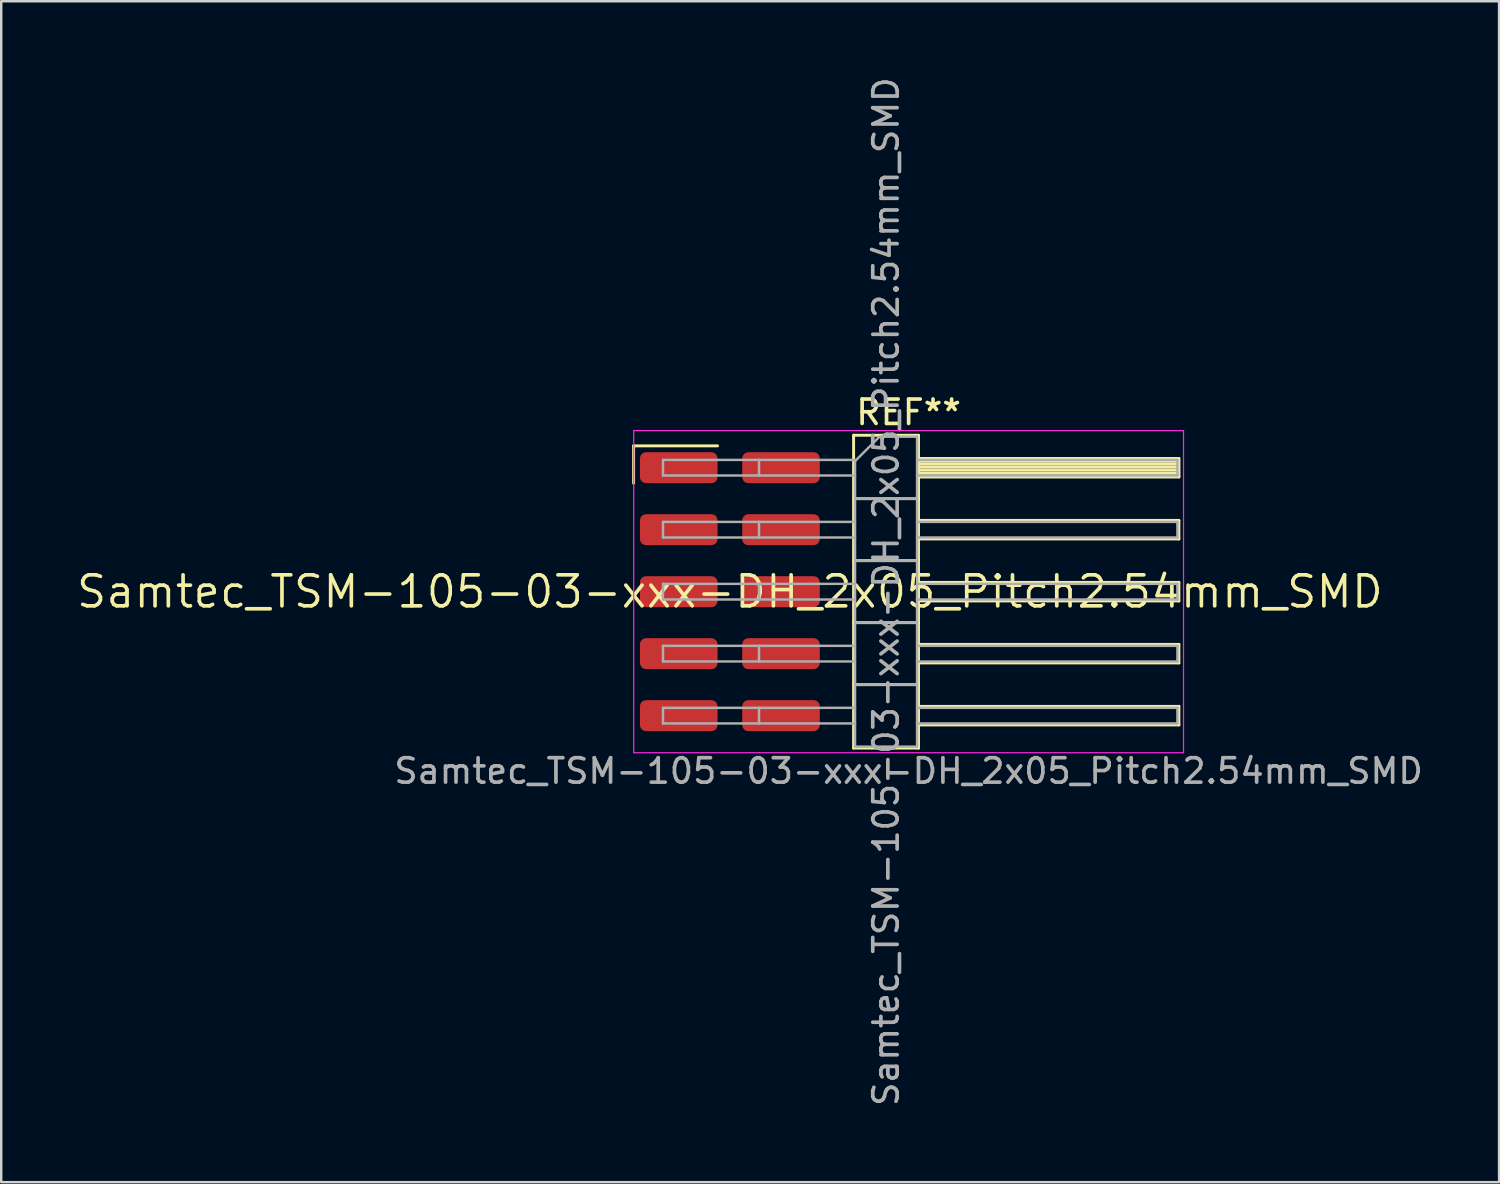
<source format=kicad_pcb>
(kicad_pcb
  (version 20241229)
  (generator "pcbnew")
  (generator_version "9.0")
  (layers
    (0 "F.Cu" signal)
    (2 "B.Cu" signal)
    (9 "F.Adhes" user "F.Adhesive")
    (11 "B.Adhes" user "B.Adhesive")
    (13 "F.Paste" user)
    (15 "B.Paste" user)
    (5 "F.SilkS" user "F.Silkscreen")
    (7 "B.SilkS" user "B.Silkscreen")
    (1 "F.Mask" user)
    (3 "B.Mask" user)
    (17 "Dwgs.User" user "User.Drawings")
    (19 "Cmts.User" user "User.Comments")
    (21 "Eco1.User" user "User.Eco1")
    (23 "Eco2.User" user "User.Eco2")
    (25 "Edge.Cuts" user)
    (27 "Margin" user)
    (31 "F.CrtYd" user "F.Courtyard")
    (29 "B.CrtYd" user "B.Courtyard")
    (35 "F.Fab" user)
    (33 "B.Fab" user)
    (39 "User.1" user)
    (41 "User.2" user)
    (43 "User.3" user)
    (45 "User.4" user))
  (footprint "Samtec_TSM-105-03-xxx-DH_2x05_Pitch2.54mm_SMD"
    (layer "F.Cu")
    (at 26.859 21.196)
    (property "Reference" "Samtec_TSM-105-03-xxx-DH_2x05_Pitch2.54mm_SMD" (at 0 0 0) (layer "F.SilkS") (effects (font (size 1.27 1.27) (thickness 0.15))))
    (attr smd)
    (fp_line (start -3.945 -5.975) (end -0.505 -5.975) (stroke (width 0.12) (type solid)) (layer "F.SilkS"))
    (fp_line (start -3.945 -4.445) (end -3.945 -5.975) (stroke (width 0.12) (type solid)) (layer "F.SilkS"))
    (fp_line (start 5.07 -6.41) (end 7.73 -6.41) (stroke (width 0.12) (type solid)) (layer "F.SilkS"))
    (fp_line (start 5.07 -3.81) (end 7.73 -3.81) (stroke (width 0.12) (type solid)) (layer "F.SilkS"))
    (fp_line (start 5.07 -1.27) (end 7.73 -1.27) (stroke (width 0.12) (type solid)) (layer "F.SilkS"))
    (fp_line (start 5.07 1.27) (end 7.73 1.27) (stroke (width 0.12) (type solid)) (layer "F.SilkS"))
    (fp_line (start 5.07 3.81) (end 7.73 3.81) (stroke (width 0.12) (type solid)) (layer "F.SilkS"))
    (fp_line (start 5.07 6.41) (end 5.07 -6.41) (stroke (width 0.12) (type solid)) (layer "F.SilkS"))
    (fp_line (start 7.73 -6.41) (end 7.73 6.41) (stroke (width 0.12) (type solid)) (layer "F.SilkS"))
    (fp_line (start 7.73 -5.46) (end 18.4 -5.46) (stroke (width 0.12) (type solid)) (layer "F.SilkS"))
    (fp_line (start 7.73 -5.34) (end 18.4 -5.34) (stroke (width 0.12) (type solid)) (layer "F.SilkS"))
    (fp_line (start 7.73 -5.22) (end 18.4 -5.22) (stroke (width 0.12) (type solid)) (layer "F.SilkS"))
    (fp_line (start 7.73 -5.1) (end 18.4 -5.1) (stroke (width 0.12) (type solid)) (layer "F.SilkS"))
    (fp_line (start 7.73 -4.98) (end 18.4 -4.98) (stroke (width 0.12) (type solid)) (layer "F.SilkS"))
    (fp_line (start 7.73 -4.86) (end 18.4 -4.86) (stroke (width 0.12) (type solid)) (layer "F.SilkS"))
    (fp_line (start 7.73 -4.74) (end 18.4 -4.74) (stroke (width 0.12) (type solid)) (layer "F.SilkS"))
    (fp_line (start 7.73 -4.7) (end 18.4 -4.7) (stroke (width 0.12) (type solid)) (layer "F.SilkS"))
    (fp_line (start 7.73 -2.92) (end 18.4 -2.92) (stroke (width 0.12) (type solid)) (layer "F.SilkS"))
    (fp_line (start 7.73 -2.16) (end 18.4 -2.16) (stroke (width 0.12) (type solid)) (layer "F.SilkS"))
    (fp_line (start 7.73 -0.38) (end 18.4 -0.38) (stroke (width 0.12) (type solid)) (layer "F.SilkS"))
    (fp_line (start 7.73 0.38) (end 18.4 0.38) (stroke (width 0.12) (type solid)) (layer "F.SilkS"))
    (fp_line (start 7.73 2.16) (end 18.4 2.16) (stroke (width 0.12) (type solid)) (layer "F.SilkS"))
    (fp_line (start 7.73 2.92) (end 18.4 2.92) (stroke (width 0.12) (type solid)) (layer "F.SilkS"))
    (fp_line (start 7.73 4.7) (end 18.4 4.7) (stroke (width 0.12) (type solid)) (layer "F.SilkS"))
    (fp_line (start 7.73 5.46) (end 18.4 5.46) (stroke (width 0.12) (type solid)) (layer "F.SilkS"))
    (fp_line (start 7.73 6.41) (end 5.07 6.41) (stroke (width 0.12) (type solid)) (layer "F.SilkS"))
    (fp_line (start 18.4 -5.46) (end 18.4 -4.7) (stroke (width 0.12) (type solid)) (layer "F.SilkS"))
    (fp_line (start 18.4 -2.92) (end 18.4 -2.16) (stroke (width 0.12) (type solid)) (layer "F.SilkS"))
    (fp_line (start 18.4 -0.38) (end 18.4 0.38) (stroke (width 0.12) (type solid)) (layer "F.SilkS"))
    (fp_line (start 18.4 2.16) (end 18.4 2.92) (stroke (width 0.12) (type solid)) (layer "F.SilkS"))
    (fp_line (start 18.4 4.7) (end 18.4 5.46) (stroke (width 0.12) (type solid)) (layer "F.SilkS"))
    (fp_line (start -3.94 -6.6) (end 18.59 -6.6) (stroke (width 0.05) (type solid)) (layer "F.CrtYd"))
    (fp_line (start -3.94 6.6) (end -3.94 -6.6) (stroke (width 0.05) (type solid)) (layer "F.CrtYd"))
    (fp_line (start 18.59 -6.6) (end 18.59 6.6) (stroke (width 0.05) (type solid)) (layer "F.CrtYd"))
    (fp_line (start 18.59 6.6) (end -3.94 6.6) (stroke (width 0.05) (type solid)) (layer "F.CrtYd"))
    (fp_line (start -2.74 -5.4) (end -2.74 -4.76) (stroke (width 0.1) (type solid)) (layer "F.Fab"))
    (fp_line (start -2.74 -5.4) (end 5.13 -5.4) (stroke (width 0.1) (type solid)) (layer "F.Fab"))
    (fp_line (start -2.74 -4.76) (end 5.13 -4.76) (stroke (width 0.1) (type solid)) (layer "F.Fab"))
    (fp_line (start -2.74 -2.86) (end -2.74 -2.22) (stroke (width 0.1) (type solid)) (layer "F.Fab"))
    (fp_line (start -2.74 -2.86) (end 5.13 -2.86) (stroke (width 0.1) (type solid)) (layer "F.Fab"))
    (fp_line (start -2.74 -2.22) (end 5.13 -2.22) (stroke (width 0.1) (type solid)) (layer "F.Fab"))
    (fp_line (start -2.74 -0.32) (end -2.74 0.32) (stroke (width 0.1) (type solid)) (layer "F.Fab"))
    (fp_line (start -2.74 -0.32) (end 5.13 -0.32) (stroke (width 0.1) (type solid)) (layer "F.Fab"))
    (fp_line (start -2.74 0.32) (end 5.13 0.32) (stroke (width 0.1) (type solid)) (layer "F.Fab"))
    (fp_line (start -2.74 2.22) (end -2.74 2.86) (stroke (width 0.1) (type solid)) (layer "F.Fab"))
    (fp_line (start -2.74 2.22) (end 5.13 2.22) (stroke (width 0.1) (type solid)) (layer "F.Fab"))
    (fp_line (start -2.74 2.86) (end 5.13 2.86) (stroke (width 0.1) (type solid)) (layer "F.Fab"))
    (fp_line (start -2.74 4.76) (end -2.74 5.4) (stroke (width 0.1) (type solid)) (layer "F.Fab"))
    (fp_line (start -2.74 4.76) (end 5.13 4.76) (stroke (width 0.1) (type solid)) (layer "F.Fab"))
    (fp_line (start -2.74 5.4) (end 5.13 5.4) (stroke (width 0.1) (type solid)) (layer "F.Fab"))
    (fp_line (start 1.195 -5.4) (end 1.195 -4.76) (stroke (width 0.1) (type solid)) (layer "F.Fab"))
    (fp_line (start 1.195 -2.86) (end 1.195 -2.22) (stroke (width 0.1) (type solid)) (layer "F.Fab"))
    (fp_line (start 1.195 -0.32) (end 1.195 0.32) (stroke (width 0.1) (type solid)) (layer "F.Fab"))
    (fp_line (start 1.195 2.22) (end 1.195 2.86) (stroke (width 0.1) (type solid)) (layer "F.Fab"))
    (fp_line (start 1.195 4.76) (end 1.195 5.4) (stroke (width 0.1) (type solid)) (layer "F.Fab"))
    (fp_line (start 5.13 -5.35) (end 6.13 -6.35) (stroke (width 0.1) (type solid)) (layer "F.Fab"))
    (fp_line (start 5.13 -3.81) (end 7.67 -3.81) (stroke (width 0.1) (type solid)) (layer "F.Fab"))
    (fp_line (start 5.13 -1.27) (end 7.67 -1.27) (stroke (width 0.1) (type solid)) (layer "F.Fab"))
    (fp_line (start 5.13 1.27) (end 7.67 1.27) (stroke (width 0.1) (type solid)) (layer "F.Fab"))
    (fp_line (start 5.13 3.81) (end 7.67 3.81) (stroke (width 0.1) (type solid)) (layer "F.Fab"))
    (fp_line (start 5.13 6.35) (end 5.13 -5.35) (stroke (width 0.1) (type solid)) (layer "F.Fab"))
    (fp_line (start 6.13 -6.35) (end 7.67 -6.35) (stroke (width 0.1) (type solid)) (layer "F.Fab"))
    (fp_line (start 7.67 -6.35) (end 7.67 6.35) (stroke (width 0.1) (type solid)) (layer "F.Fab"))
    (fp_line (start 7.67 -5.4) (end 18.34 -5.4) (stroke (width 0.1) (type solid)) (layer "F.Fab"))
    (fp_line (start 7.67 -4.76) (end 18.34 -4.76) (stroke (width 0.1) (type solid)) (layer "F.Fab"))
    (fp_line (start 7.67 -2.86) (end 18.34 -2.86) (stroke (width 0.1) (type solid)) (layer "F.Fab"))
    (fp_line (start 7.67 -2.22) (end 18.34 -2.22) (stroke (width 0.1) (type solid)) (layer "F.Fab"))
    (fp_line (start 7.67 -0.32) (end 18.34 -0.32) (stroke (width 0.1) (type solid)) (layer "F.Fab"))
    (fp_line (start 7.67 0.32) (end 18.34 0.32) (stroke (width 0.1) (type solid)) (layer "F.Fab"))
    (fp_line (start 7.67 2.22) (end 18.34 2.22) (stroke (width 0.1) (type solid)) (layer "F.Fab"))
    (fp_line (start 7.67 2.86) (end 18.34 2.86) (stroke (width 0.1) (type solid)) (layer "F.Fab"))
    (fp_line (start 7.67 4.76) (end 18.34 4.76) (stroke (width 0.1) (type solid)) (layer "F.Fab"))
    (fp_line (start 7.67 5.4) (end 18.34 5.4) (stroke (width 0.1) (type solid)) (layer "F.Fab"))
    (fp_line (start 7.67 6.35) (end 5.13 6.35) (stroke (width 0.1) (type solid)) (layer "F.Fab"))
    (fp_line (start 18.34 -5.4) (end 18.34 -4.76) (stroke (width 0.1) (type solid)) (layer "F.Fab"))
    (fp_line (start 18.34 -2.86) (end 18.34 -2.22) (stroke (width 0.1) (type solid)) (layer "F.Fab"))
    (fp_line (start 18.34 -0.32) (end 18.34 0.32) (stroke (width 0.1) (type solid)) (layer "F.Fab"))
    (fp_line (start 18.34 2.22) (end 18.34 2.86) (stroke (width 0.1) (type solid)) (layer "F.Fab"))
    (fp_line (start 18.34 4.76) (end 18.34 5.4) (stroke (width 0.1) (type solid)) (layer "F.Fab"))
    (fp_text user "REF**" (at 7.325 -7.35 0) (layer "F.SilkS") (effects (font (size 1 1) (thickness 0.15))))
    (fp_text user "Samtec_TSM-105-03-xxx-DH_2x05_Pitch2.54mm_SMD" (at 7.325 7.35 0) (layer "F.Fab") (effects (font (size 1 1) (thickness 0.15))))
    (fp_text user "${REFERENCE}" (at 6.4 0 90) (layer "F.Fab") (effects (font (size 1 1) (thickness 0.15))))
    (pad "1" smd roundrect (at -2.095 -5.08) (size 3.18 1.27) (layers "F.Cu" "F.Mask" "F.Paste") (roundrect_rratio 0.197))
    (pad "2" smd roundrect (at 2.095 -5.08) (size 3.18 1.27) (layers "F.Cu" "F.Mask" "F.Paste") (roundrect_rratio 0.197))
    (pad "3" smd roundrect (at -2.095 -2.54) (size 3.18 1.27) (layers "F.Cu" "F.Mask" "F.Paste") (roundrect_rratio 0.197))
    (pad "4" smd roundrect (at 2.095 -2.54) (size 3.18 1.27) (layers "F.Cu" "F.Mask" "F.Paste") (roundrect_rratio 0.197))
    (pad "5" smd roundrect (at -2.095 0) (size 3.18 1.27) (layers "F.Cu" "F.Mask" "F.Paste") (roundrect_rratio 0.197))
    (pad "6" smd roundrect (at 2.095 0) (size 3.18 1.27) (layers "F.Cu" "F.Mask" "F.Paste") (roundrect_rratio 0.197))
    (pad "7" smd roundrect (at -2.095 2.54) (size 3.18 1.27) (layers "F.Cu" "F.Mask" "F.Paste") (roundrect_rratio 0.197))
    (pad "8" smd roundrect (at 2.095 2.54) (size 3.18 1.27) (layers "F.Cu" "F.Mask" "F.Paste") (roundrect_rratio 0.197))
    (pad "9" smd roundrect (at -2.095 5.08) (size 3.18 1.27) (layers "F.Cu" "F.Mask" "F.Paste") (roundrect_rratio 0.197))
    (pad "10" smd roundrect (at 2.095 5.08) (size 3.18 1.27) (layers "F.Cu" "F.Mask" "F.Paste") (roundrect_rratio 0.197)))
  (gr_rect
    (start -3 -3)
    (end 58.38 45.393)
    (stroke (width 0.1) (type default))
    (fill no)
    (layer "Edge.Cuts")))
</source>
